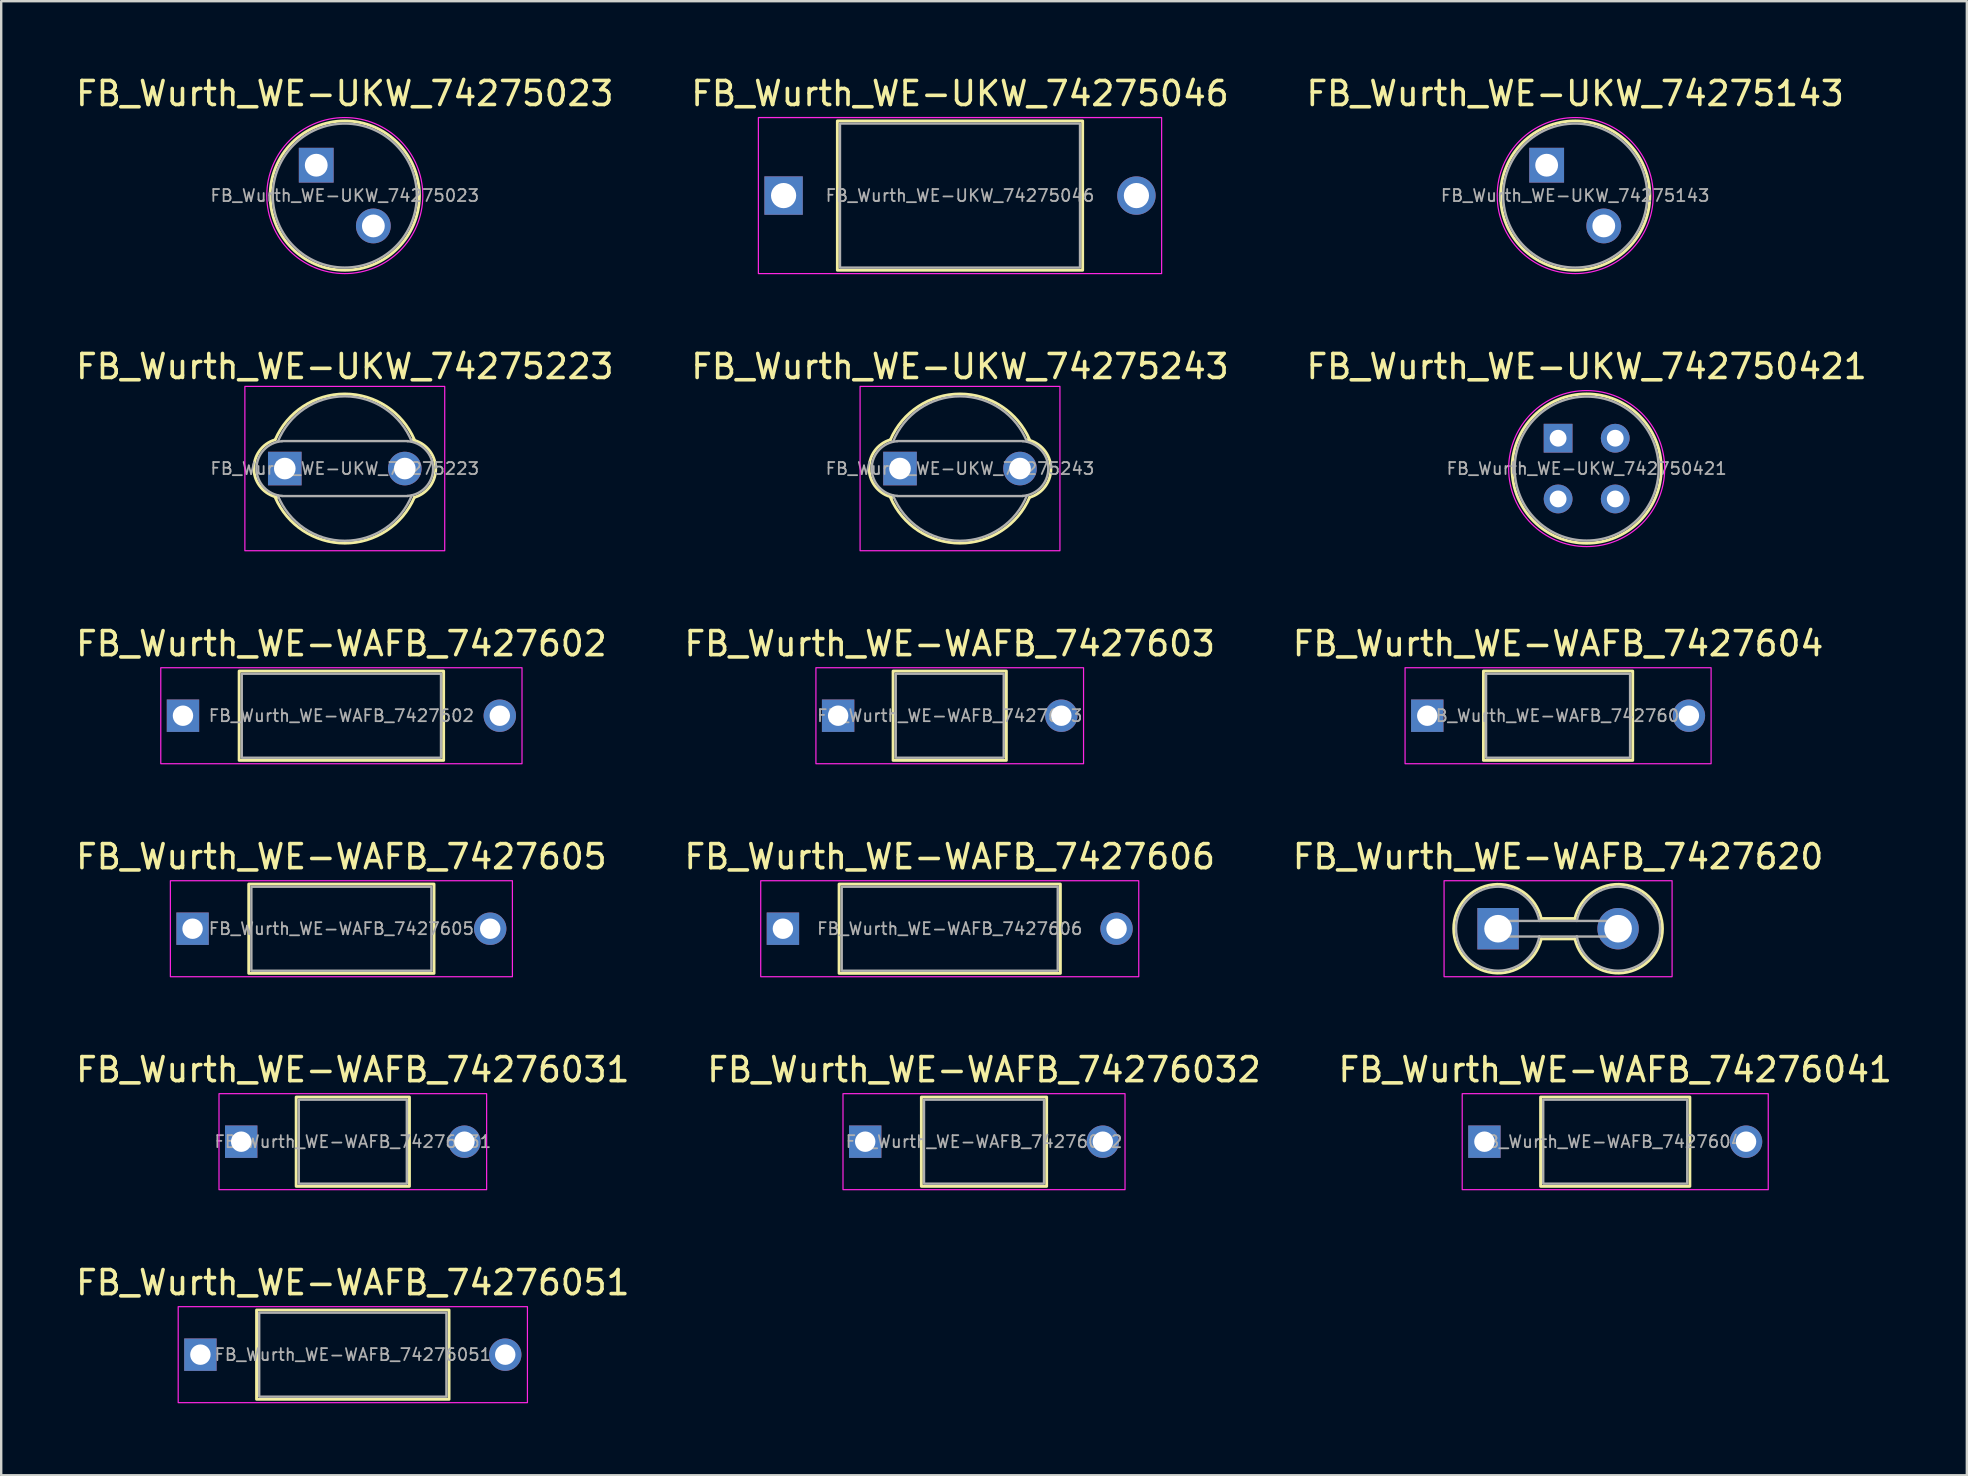
<source format=kicad_pcb>
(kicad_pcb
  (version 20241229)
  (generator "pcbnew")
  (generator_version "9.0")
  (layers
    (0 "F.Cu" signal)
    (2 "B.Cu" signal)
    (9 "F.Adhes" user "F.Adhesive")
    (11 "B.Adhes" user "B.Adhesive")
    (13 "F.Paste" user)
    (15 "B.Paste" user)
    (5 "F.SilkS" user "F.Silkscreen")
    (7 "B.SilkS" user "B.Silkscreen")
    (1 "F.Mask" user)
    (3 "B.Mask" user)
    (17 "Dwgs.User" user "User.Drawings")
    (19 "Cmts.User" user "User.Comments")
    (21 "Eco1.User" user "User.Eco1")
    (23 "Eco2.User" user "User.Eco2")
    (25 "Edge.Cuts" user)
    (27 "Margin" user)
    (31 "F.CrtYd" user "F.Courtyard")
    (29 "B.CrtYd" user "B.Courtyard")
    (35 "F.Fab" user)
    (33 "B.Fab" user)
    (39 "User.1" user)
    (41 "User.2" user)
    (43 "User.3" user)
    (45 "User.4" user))
  (footprint "FB_Wurth_WE-UKW_74275223"
    (layer "F.Cu")
    (at 8.815 16.471)
    (property "Reference" "FB_Wurth_WE-UKW_74275223" (at 2.5 -4.25 0) (unlocked yes) (layer "F.SilkS") (effects (font (size 1 1) (thickness 0.15))))
    (attr through_hole)
    (fp_arc (start -0.4 -1.2) (mid 2.5 -3.107927) (end 5.4 -1.2) (stroke (width 0.12) (type solid)) (layer "F.SilkS"))
    (fp_arc (start -0.299999 1.200001) (mid -1.287302 0.039055) (end -0.4 -1.2) (stroke (width 0.12) (type solid)) (layer "F.SilkS"))
    (fp_arc (start 5.299999 -1.200001) (mid 6.287302 -0.039055) (end 5.4 1.2) (stroke (width 0.12) (type solid)) (layer "F.SilkS"))
    (fp_arc (start 5.4 1.2) (mid 2.5 3.107927) (end -0.4 1.2) (stroke (width 0.12) (type solid)) (layer "F.SilkS"))
    (fp_rect (start -1.663 -3.424) (end 6.663 3.424) (stroke (width 0.05) (type default)) (fill no) (layer "F.CrtYd"))
    (fp_line (start -0.125 -1.145) (end 5.125 -1.145) (stroke (width 0.1) (type solid)) (layer "F.Fab"))
    (fp_line (start -0.125 1.145) (end 5.125 1.145) (stroke (width 0.1) (type solid)) (layer "F.Fab"))
    (fp_arc (start -0.29 -1.12) (mid 2.5 -3.009553) (end 5.29 -1.12) (stroke (width 0.1) (type solid)) (layer "F.Fab"))
    (fp_arc (start -0.109999 1.14) (mid -1.177789 0) (end -0.11 -1.14) (stroke (width 0.1) (type solid)) (layer "F.Fab"))
    (fp_arc (start 5.109999 -1.14) (mid 6.177789 0) (end 5.11 1.14) (stroke (width 0.1) (type solid)) (layer "F.Fab"))
    (fp_arc (start 5.29 1.12) (mid 2.5 3.009553) (end -0.29 1.12) (stroke (width 0.1) (type solid)) (layer "F.Fab"))
    (fp_text user "${REFERENCE}" (at 2.5 0 0) (unlocked yes) (layer "F.Fab") (effects (font (size 0.5 0.5) (thickness 0.075))))
    (pad "1" thru_hole rect (at 0 0) (size 1.4 1.4) (drill 0.9) (layers "*.Cu" "*.Mask"))
    (pad "2" thru_hole circle (at 5 0) (size 1.4 1.4) (drill 0.9) (layers "*.Cu" "*.Mask")))
  (footprint "FB_Wurth_WE-UKW_74275023"
    (layer "F.Cu")
    (at 10.125 3.833)
    (property "Reference" "FB_Wurth_WE-UKW_74275023" (at 1.19 -2.985 0) (unlocked yes) (layer "F.SilkS") (effects (font (size 1 1) (thickness 0.15))))
    (attr through_hole)
    (fp_circle (center 1.19 1.265) (end 4.3 1.265) (stroke (width 0.12) (type solid)) (fill no) (layer "F.SilkS"))
    (fp_circle (center 1.19 1.265) (end 4.44 1.265) (stroke (width 0.05) (type solid)) (fill no) (layer "F.CrtYd"))
    (fp_circle (center 1.19 1.265) (end 4.19 1.265) (stroke (width 0.1) (type solid)) (fill no) (layer "F.Fab"))
    (fp_text user "${REFERENCE}" (at 1.19 1.265 0) (unlocked yes) (layer "F.Fab") (effects (font (size 0.5 0.5) (thickness 0.075))))
    (pad "1" thru_hole rect (at 0 0) (size 1.45 1.45) (drill 0.95) (layers "*.Cu" "*.Mask"))
    (pad "2" thru_hole circle (at 2.38 2.53) (size 1.45 1.45) (drill 0.95) (layers "*.Cu" "*.Mask")))
  (footprint "FB_Wurth_WE-UKW_742750421"
    (layer "F.Cu")
    (at 61.864 15.207)
    (property "Reference" "FB_Wurth_WE-UKW_742750421" (at 1.19 -2.985 0) (unlocked yes) (layer "F.SilkS") (effects (font (size 1 1) (thickness 0.15))))
    (attr through_hole)
    (fp_circle (center 1.19 1.265) (end 4.3 1.265) (stroke (width 0.12) (type solid)) (fill no) (layer "F.SilkS"))
    (fp_circle (center 1.19 1.265) (end 4.44 1.265) (stroke (width 0.05) (type solid)) (fill no) (layer "F.CrtYd"))
    (fp_circle (center 1.19 1.265) (end 4.19 1.265) (stroke (width 0.1) (type solid)) (fill no) (layer "F.Fab"))
    (fp_text user "${REFERENCE}" (at 1.19 1.265 0) (unlocked yes) (layer "F.Fab") (effects (font (size 0.5 0.5) (thickness 0.075))))
    (pad "1" thru_hole rect (at 0 0) (size 1.2 1.2) (drill 0.7) (layers "*.Cu" "*.Mask"))
    (pad "2" thru_hole circle (at 0 2.53) (size 1.2 1.2) (drill 0.7) (layers "*.Cu" "*.Mask"))
    (pad "3" thru_hole circle (at 2.38 0) (size 1.2 1.2) (drill 0.7) (layers "*.Cu" "*.Mask"))
    (pad "4" thru_hole circle (at 2.38 2.53) (size 1.2 1.2) (drill 0.7) (layers "*.Cu" "*.Mask")))
  (footprint "FB_Wurth_WE-WAFB_7427602"
    (layer "F.Cu")
    (at 11.173 26.768)
    (property "Reference" "FB_Wurth_WE-WAFB_7427602" (at 0 -3 0) (unlocked yes) (layer "F.SilkS") (effects (font (size 1 1) (thickness 0.15))))
    (attr through_hole)
    (fp_rect (start -4.26 -1.86) (end 4.26 1.86) (stroke (width 0.12) (type solid)) (fill no) (layer "F.SilkS"))
    (fp_rect (start -7.525 -2) (end 7.525 2) (stroke (width 0.05) (type solid)) (fill no) (layer "F.CrtYd"))
    (fp_rect (start -4.15 -1.75) (end 4.15 1.75) (stroke (width 0.1) (type solid)) (fill no) (layer "F.Fab"))
    (fp_text user "${REFERENCE}" (at 0 0 0) (unlocked yes) (layer "F.Fab") (effects (font (size 0.5 0.5) (thickness 0.075))))
    (pad "1" thru_hole rect (at -6.6 0) (size 1.35 1.35) (drill 0.85) (layers "*.Cu" "*.Mask"))
    (pad "2" thru_hole circle (at 6.6 0) (size 1.35 1.35) (drill 0.85) (layers "*.Cu" "*.Mask")))
  (footprint "FB_Wurth_WE-WAFB_7427605"
    (layer "F.Cu")
    (at 11.173 35.642)
    (property "Reference" "FB_Wurth_WE-WAFB_7427605" (at 0 -3 0) (unlocked yes) (layer "F.SilkS") (effects (font (size 1 1) (thickness 0.15))))
    (attr through_hole)
    (fp_rect (start -3.86 -1.86) (end 3.86 1.86) (stroke (width 0.12) (type solid)) (fill no) (layer "F.SilkS"))
    (fp_rect (start -7.125 -2) (end 7.125 2) (stroke (width 0.05) (type solid)) (fill no) (layer "F.CrtYd"))
    (fp_rect (start -3.75 -1.75) (end 3.75 1.75) (stroke (width 0.1) (type solid)) (fill no) (layer "F.Fab"))
    (fp_text user "${REFERENCE}" (at 0 0 0) (unlocked yes) (layer "F.Fab") (effects (font (size 0.5 0.5) (thickness 0.075))))
    (pad "1" thru_hole rect (at -6.2 0) (size 1.35 1.35) (drill 0.85) (layers "*.Cu" "*.Mask"))
    (pad "2" thru_hole circle (at 6.2 0) (size 1.35 1.35) (drill 0.85) (layers "*.Cu" "*.Mask")))
  (footprint "FB_Wurth_WE-WAFB_7427620"
    (layer "F.Cu")
    (at 59.363 35.642)
    (property "Reference" "FB_Wurth_WE-WAFB_7427620" (at 2.5 -3 0) (unlocked yes) (layer "F.SilkS") (effects (font (size 1 1) (thickness 0.15))))
    (attr through_hole)
    (fp_line (start 1.8 -0.425) (end 3.2 -0.425) (stroke (width 0.12) (type solid)) (layer "F.SilkS"))
    (fp_line (start 1.8 0.425) (end 3.2 0.425) (stroke (width 0.12) (type solid)) (layer "F.SilkS"))
    (fp_arc (start 1.8 0.425) (mid -1.849491 0) (end 1.8 -0.425) (stroke (width 0.12) (type solid)) (layer "F.SilkS"))
    (fp_arc (start 3.2 -0.425) (mid 6.849495 0) (end 3.2 0.425) (stroke (width 0.12) (type solid)) (layer "F.SilkS"))
    (fp_rect (start -2.25 -2) (end 7.25 2) (stroke (width 0.05) (type default)) (fill no) (layer "F.CrtYd"))
    (fp_line (start 0 -0.325) (end 1.72 -0.325) (stroke (width 0.1) (type solid)) (layer "F.Fab"))
    (fp_line (start 0 0.325) (end 1.72 0.325) (stroke (width 0.1) (type solid)) (layer "F.Fab"))
    (fp_line (start 1.72 -0.325) (end 3.28 -0.325) (stroke (width 0.1) (type solid)) (layer "F.Fab"))
    (fp_line (start 1.72 0.325) (end 3.28 0.325) (stroke (width 0.1) (type solid)) (layer "F.Fab"))
    (fp_line (start 3.28 -0.325) (end 5 -0.325) (stroke (width 0.1) (type solid)) (layer "F.Fab"))
    (fp_line (start 3.28 0.325) (end 5 0.325) (stroke (width 0.1) (type solid)) (layer "F.Fab"))
    (fp_arc (start 0 0.325) (mid -0.325 0) (end 0 -0.325) (stroke (width 0.1) (type solid)) (layer "F.Fab"))
    (fp_arc (start 1.72 0.325) (mid -1.750442 0) (end 1.72 -0.325) (stroke (width 0.1) (type solid)) (layer "F.Fab"))
    (fp_arc (start 3.28 -0.325) (mid 6.750438 0) (end 3.28 0.325) (stroke (width 0.1) (type solid)) (layer "F.Fab"))
    (fp_arc (start 5 -0.325) (mid 5.325001 0) (end 5 0.325) (stroke (width 0.1) (type solid)) (layer "F.Fab"))
    (fp_circle (center 0 0) (end 0.4 0) (stroke (width 0.1) (type solid)) (fill no) (layer "F.Fab"))
    (fp_circle (center 5 0) (end 5.4 0) (stroke (width 0.1) (type solid)) (fill no) (layer "F.Fab"))
    (pad "1" thru_hole rect (at 0 0) (size 1.725 1.725) (drill 1.15) (layers "*.Cu" "*.Mask"))
    (pad "2" thru_hole circle (at 5 0) (size 1.725 1.725) (drill 1.15) (layers "*.Cu" "*.Mask")))
  (footprint "FB_Wurth_WE-WAFB_7427603"
    (layer "F.Cu")
    (at 36.518 26.768)
    (property "Reference" "FB_Wurth_WE-WAFB_7427603" (at 0 -3 0) (unlocked yes) (layer "F.SilkS") (effects (font (size 1 1) (thickness 0.15))))
    (attr through_hole)
    (fp_rect (start -2.36 -1.86) (end 2.36 1.86) (stroke (width 0.12) (type solid)) (fill no) (layer "F.SilkS"))
    (fp_rect (start -5.575 -2) (end 5.575 2) (stroke (width 0.05) (type solid)) (fill no) (layer "F.CrtYd"))
    (fp_rect (start -2.25 -1.75) (end 2.25 1.75) (stroke (width 0.1) (type solid)) (fill no) (layer "F.Fab"))
    (fp_text user "${REFERENCE}" (at 0 0 0) (unlocked yes) (layer "F.Fab") (effects (font (size 0.5 0.5) (thickness 0.075))))
    (pad "1" thru_hole rect (at -4.65 0) (size 1.35 1.35) (drill 0.85) (layers "*.Cu" "*.Mask"))
    (pad "2" thru_hole circle (at 4.65 0) (size 1.35 1.35) (drill 0.85) (layers "*.Cu" "*.Mask")))
  (footprint "FB_Wurth_WE-WAFB_74276051"
    (layer "F.Cu")
    (at 11.649 53.388)
    (property "Reference" "FB_Wurth_WE-WAFB_74276051" (at 0 -3 0) (unlocked yes) (layer "F.SilkS") (effects (font (size 1 1) (thickness 0.15))))
    (attr through_hole)
    (fp_rect (start -4.01 -1.86) (end 4.01 1.86) (stroke (width 0.12) (type solid)) (fill no) (layer "F.SilkS"))
    (fp_rect (start -7.275 -2) (end 7.275 2) (stroke (width 0.05) (type solid)) (fill no) (layer "F.CrtYd"))
    (fp_rect (start -3.9 -1.75) (end 3.9 1.75) (stroke (width 0.1) (type solid)) (fill no) (layer "F.Fab"))
    (fp_text user "${REFERENCE}" (at 0 0 0) (unlocked yes) (layer "F.Fab") (effects (font (size 0.5 0.5) (thickness 0.075))))
    (pad "1" thru_hole rect (at -6.35 0) (size 1.35 1.35) (drill 0.85) (layers "*.Cu" "*.Mask"))
    (pad "2" thru_hole circle (at 6.35 0) (size 1.35 1.35) (drill 0.85) (layers "*.Cu" "*.Mask")))
  (footprint "FB_Wurth_WE-WAFB_7427606"
    (layer "F.Cu")
    (at 36.518 35.642)
    (property "Reference" "FB_Wurth_WE-WAFB_7427606" (at 0 -3 0) (unlocked yes) (layer "F.SilkS") (effects (font (size 1 1) (thickness 0.15))))
    (attr through_hole)
    (fp_rect (start -4.61 -1.86) (end 4.61 1.86) (stroke (width 0.12) (type solid)) (fill no) (layer "F.SilkS"))
    (fp_rect (start -7.875 -2) (end 7.875 2) (stroke (width 0.05) (type solid)) (fill no) (layer "F.CrtYd"))
    (fp_rect (start -4.5 -1.75) (end 4.5 1.75) (stroke (width 0.1) (type solid)) (fill no) (layer "F.Fab"))
    (fp_text user "${REFERENCE}" (at 0 0 0) (unlocked yes) (layer "F.Fab") (effects (font (size 0.5 0.5) (thickness 0.075))))
    (pad "1" thru_hole rect (at -6.95 0) (size 1.35 1.35) (drill 0.85) (layers "*.Cu" "*.Mask"))
    (pad "2" thru_hole circle (at 6.95 0) (size 1.35 1.35) (drill 0.85) (layers "*.Cu" "*.Mask")))
  (footprint "FB_Wurth_WE-UKW_74275046"
    (layer "F.Cu")
    (at 36.946 5.098)
    (property "Reference" "FB_Wurth_WE-UKW_74275046" (at 0 -4.25 0) (unlocked yes) (layer "F.SilkS") (effects (font (size 1 1) (thickness 0.15))))
    (attr through_hole)
    (fp_rect (start -5.11 -3.11) (end 5.11 3.11) (stroke (width 0.12) (type solid)) (fill no) (layer "F.SilkS"))
    (fp_rect (start -8.4 -3.25) (end 8.4 3.25) (stroke (width 0.05) (type solid)) (fill no) (layer "F.CrtYd"))
    (fp_rect (start -5 -3) (end 5 3) (stroke (width 0.1) (type solid)) (fill no) (layer "F.Fab"))
    (fp_text user "${REFERENCE}" (at 0 0 0) (unlocked yes) (layer "F.Fab") (effects (font (size 0.5 0.5) (thickness 0.075))))
    (pad "1" thru_hole rect (at -7.35 0) (size 1.6 1.6) (drill 1.05) (layers "*.Cu" "*.Mask"))
    (pad "2" thru_hole circle (at 7.35 0) (size 1.6 1.6) (drill 1.05) (layers "*.Cu" "*.Mask")))
  (footprint "FB_Wurth_WE-UKW_74275243"
    (layer "F.Cu")
    (at 34.446 16.471)
    (property "Reference" "FB_Wurth_WE-UKW_74275243" (at 2.5 -4.25 0) (unlocked yes) (layer "F.SilkS") (effects (font (size 1 1) (thickness 0.15))))
    (attr through_hole)
    (fp_arc (start -0.4 -1.2) (mid 2.5 -3.107927) (end 5.4 -1.2) (stroke (width 0.12) (type solid)) (layer "F.SilkS"))
    (fp_arc (start -0.299999 1.200001) (mid -1.287302 0.039055) (end -0.4 -1.2) (stroke (width 0.12) (type solid)) (layer "F.SilkS"))
    (fp_arc (start 5.299999 -1.200001) (mid 6.287302 -0.039055) (end 5.4 1.2) (stroke (width 0.12) (type solid)) (layer "F.SilkS"))
    (fp_arc (start 5.4 1.2) (mid 2.5 3.107927) (end -0.4 1.2) (stroke (width 0.12) (type solid)) (layer "F.SilkS"))
    (fp_rect (start -1.663 -3.424) (end 6.663 3.424) (stroke (width 0.05) (type default)) (fill no) (layer "F.CrtYd"))
    (fp_line (start -0.125 -1.145) (end 5.125 -1.145) (stroke (width 0.1) (type solid)) (layer "F.Fab"))
    (fp_line (start -0.125 1.145) (end 5.125 1.145) (stroke (width 0.1) (type solid)) (layer "F.Fab"))
    (fp_arc (start -0.29 -1.12) (mid 2.5 -3.009553) (end 5.29 -1.12) (stroke (width 0.1) (type solid)) (layer "F.Fab"))
    (fp_arc (start -0.109999 1.14) (mid -1.177789 0) (end -0.11 -1.14) (stroke (width 0.1) (type solid)) (layer "F.Fab"))
    (fp_arc (start 5.109999 -1.14) (mid 6.177789 0) (end 5.11 1.14) (stroke (width 0.1) (type solid)) (layer "F.Fab"))
    (fp_arc (start 5.29 1.12) (mid 2.5 3.009553) (end -0.29 1.12) (stroke (width 0.1) (type solid)) (layer "F.Fab"))
    (fp_text user "${REFERENCE}" (at 2.5 0 0) (unlocked yes) (layer "F.Fab") (effects (font (size 0.5 0.5) (thickness 0.075))))
    (pad "1" thru_hole rect (at 0 0) (size 1.4 1.4) (drill 0.9) (layers "*.Cu" "*.Mask"))
    (pad "2" thru_hole circle (at 5 0) (size 1.4 1.4) (drill 0.9) (layers "*.Cu" "*.Mask")))
  (footprint "FB_Wurth_WE-WAFB_74276041"
    (layer "F.Cu")
    (at 64.244 44.515)
    (property "Reference" "FB_Wurth_WE-WAFB_74276041" (at 0 -3 0) (unlocked yes) (layer "F.SilkS") (effects (font (size 1 1) (thickness 0.15))))
    (attr through_hole)
    (fp_rect (start -3.11 -1.86) (end 3.11 1.86) (stroke (width 0.12) (type solid)) (fill no) (layer "F.SilkS"))
    (fp_rect (start -6.375 -2) (end 6.375 2) (stroke (width 0.05) (type solid)) (fill no) (layer "F.CrtYd"))
    (fp_rect (start -3 -1.75) (end 3 1.75) (stroke (width 0.1) (type solid)) (fill no) (layer "F.Fab"))
    (fp_text user "${REFERENCE}" (at 0 0 0) (unlocked yes) (layer "F.Fab") (effects (font (size 0.5 0.5) (thickness 0.075))))
    (pad "1" thru_hole rect (at -5.45 0) (size 1.35 1.35) (drill 0.85) (layers "*.Cu" "*.Mask"))
    (pad "2" thru_hole circle (at 5.45 0) (size 1.35 1.35) (drill 0.85) (layers "*.Cu" "*.Mask")))
  (footprint "FB_Wurth_WE-UKW_74275143"
    (layer "F.Cu")
    (at 61.387 3.833)
    (property "Reference" "FB_Wurth_WE-UKW_74275143" (at 1.19 -2.985 0) (unlocked yes) (layer "F.SilkS") (effects (font (size 1 1) (thickness 0.15))))
    (attr through_hole)
    (fp_circle (center 1.19 1.265) (end 4.3 1.265) (stroke (width 0.12) (type solid)) (fill no) (layer "F.SilkS"))
    (fp_circle (center 1.19 1.265) (end 4.44 1.265) (stroke (width 0.05) (type solid)) (fill no) (layer "F.CrtYd"))
    (fp_circle (center 1.19 1.265) (end 4.19 1.265) (stroke (width 0.1) (type solid)) (fill no) (layer "F.Fab"))
    (fp_text user "${REFERENCE}" (at 1.19 1.265 0) (unlocked yes) (layer "F.Fab") (effects (font (size 0.5 0.5) (thickness 0.075))))
    (pad "1" thru_hole rect (at 0 0) (size 1.45 1.45) (drill 0.95) (layers "*.Cu" "*.Mask"))
    (pad "2" thru_hole circle (at 2.38 2.53) (size 1.45 1.45) (drill 0.95) (layers "*.Cu" "*.Mask")))
  (footprint "FB_Wurth_WE-WAFB_74276032"
    (layer "F.Cu")
    (at 37.946 44.515)
    (property "Reference" "FB_Wurth_WE-WAFB_74276032" (at 0 -3 0) (unlocked yes) (layer "F.SilkS") (effects (font (size 1 1) (thickness 0.15))))
    (attr through_hole)
    (fp_rect (start -2.61 -1.86) (end 2.61 1.86) (stroke (width 0.12) (type solid)) (fill no) (layer "F.SilkS"))
    (fp_rect (start -5.875 -2) (end 5.875 2) (stroke (width 0.05) (type solid)) (fill no) (layer "F.CrtYd"))
    (fp_rect (start -2.5 -1.75) (end 2.5 1.75) (stroke (width 0.1) (type solid)) (fill no) (layer "F.Fab"))
    (fp_text user "${REFERENCE}" (at 0 0 0) (unlocked yes) (layer "F.Fab") (effects (font (size 0.5 0.5) (thickness 0.075))))
    (pad "1" thru_hole rect (at -4.95 0) (size 1.35 1.35) (drill 0.85) (layers "*.Cu" "*.Mask"))
    (pad "2" thru_hole circle (at 4.95 0) (size 1.35 1.35) (drill 0.85) (layers "*.Cu" "*.Mask")))
  (footprint "FB_Wurth_WE-WAFB_74276031"
    (layer "F.Cu")
    (at 11.649 44.515)
    (property "Reference" "FB_Wurth_WE-WAFB_74276031" (at 0 -3 0) (unlocked yes) (layer "F.SilkS") (effects (font (size 1 1) (thickness 0.15))))
    (attr through_hole)
    (fp_rect (start -2.36 -1.86) (end 2.36 1.86) (stroke (width 0.12) (type solid)) (fill no) (layer "F.SilkS"))
    (fp_rect (start -5.575 -2) (end 5.575 2) (stroke (width 0.05) (type solid)) (fill no) (layer "F.CrtYd"))
    (fp_rect (start -2.25 -1.75) (end 2.25 1.75) (stroke (width 0.1) (type solid)) (fill no) (layer "F.Fab"))
    (fp_text user "${REFERENCE}" (at 0 0 0) (unlocked yes) (layer "F.Fab") (effects (font (size 0.5 0.5) (thickness 0.075))))
    (pad "1" thru_hole rect (at -4.65 0) (size 1.35 1.35) (drill 0.85) (layers "*.Cu" "*.Mask"))
    (pad "2" thru_hole circle (at 4.65 0) (size 1.35 1.35) (drill 0.85) (layers "*.Cu" "*.Mask")))
  (footprint "FB_Wurth_WE-WAFB_7427604"
    (layer "F.Cu")
    (at 61.863 26.768)
    (property "Reference" "FB_Wurth_WE-WAFB_7427604" (at 0 -3 0) (unlocked yes) (layer "F.SilkS") (effects (font (size 1 1) (thickness 0.15))))
    (attr through_hole)
    (fp_rect (start -3.11 -1.86) (end 3.11 1.86) (stroke (width 0.12) (type solid)) (fill no) (layer "F.SilkS"))
    (fp_rect (start -6.375 -2) (end 6.375 2) (stroke (width 0.05) (type solid)) (fill no) (layer "F.CrtYd"))
    (fp_rect (start -3 -1.75) (end 3 1.75) (stroke (width 0.1) (type solid)) (fill no) (layer "F.Fab"))
    (fp_text user "${REFERENCE}" (at 0 0 0) (unlocked yes) (layer "F.Fab") (effects (font (size 0.5 0.5) (thickness 0.075))))
    (pad "1" thru_hole rect (at -5.45 0) (size 1.35 1.35) (drill 0.85) (layers "*.Cu" "*.Mask"))
    (pad "2" thru_hole circle (at 5.45 0) (size 1.35 1.35) (drill 0.85) (layers "*.Cu" "*.Mask")))
  (gr_rect
    (start -3 -3)
    (end 78.893 58.413)
    (stroke (width 0.1) (type default))
    (fill no)
    (layer "Edge.Cuts")))
</source>
